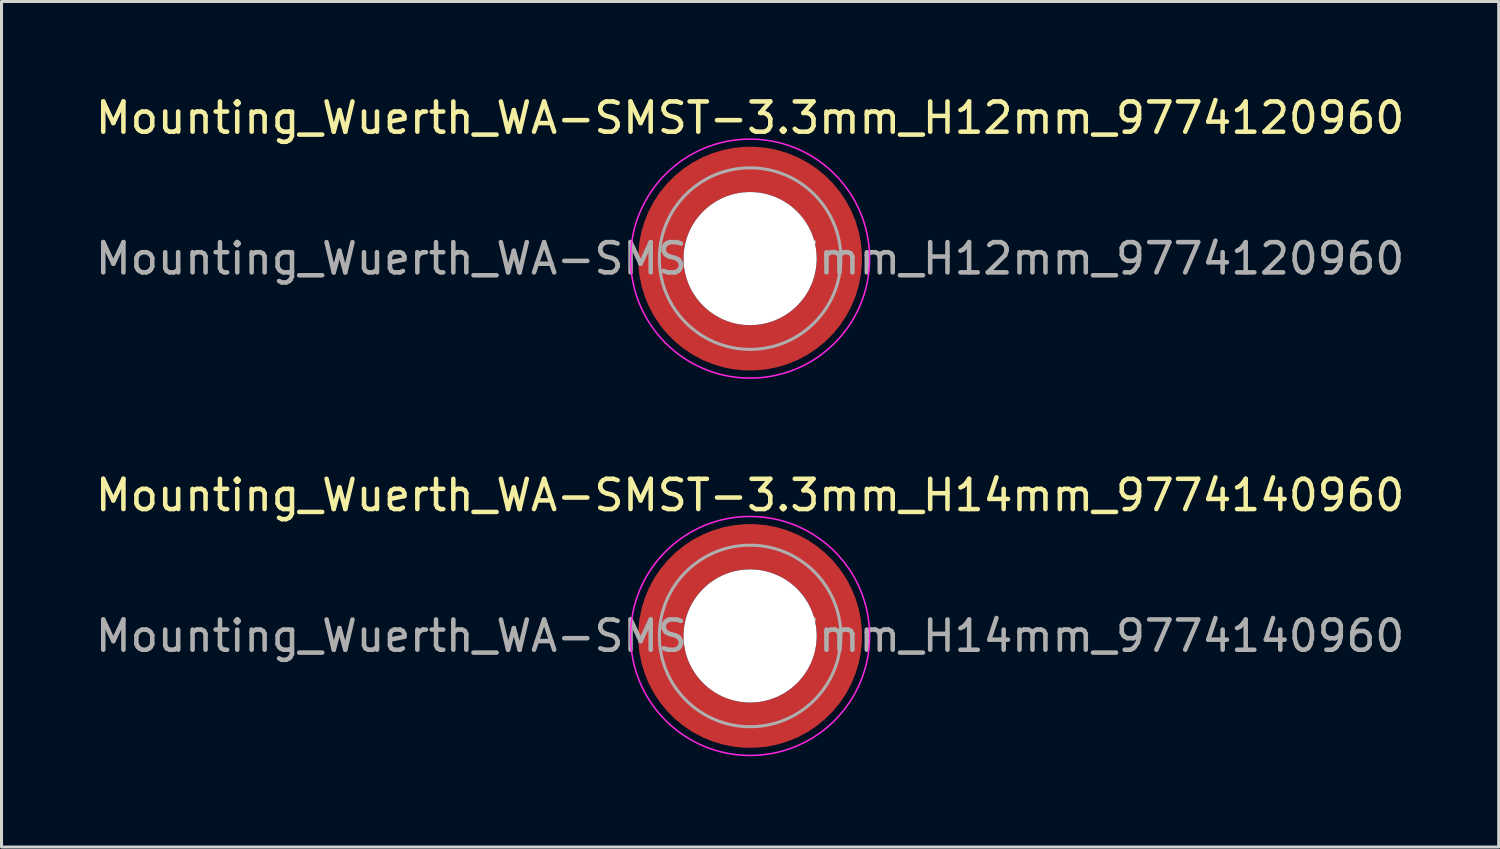
<source format=kicad_pcb>
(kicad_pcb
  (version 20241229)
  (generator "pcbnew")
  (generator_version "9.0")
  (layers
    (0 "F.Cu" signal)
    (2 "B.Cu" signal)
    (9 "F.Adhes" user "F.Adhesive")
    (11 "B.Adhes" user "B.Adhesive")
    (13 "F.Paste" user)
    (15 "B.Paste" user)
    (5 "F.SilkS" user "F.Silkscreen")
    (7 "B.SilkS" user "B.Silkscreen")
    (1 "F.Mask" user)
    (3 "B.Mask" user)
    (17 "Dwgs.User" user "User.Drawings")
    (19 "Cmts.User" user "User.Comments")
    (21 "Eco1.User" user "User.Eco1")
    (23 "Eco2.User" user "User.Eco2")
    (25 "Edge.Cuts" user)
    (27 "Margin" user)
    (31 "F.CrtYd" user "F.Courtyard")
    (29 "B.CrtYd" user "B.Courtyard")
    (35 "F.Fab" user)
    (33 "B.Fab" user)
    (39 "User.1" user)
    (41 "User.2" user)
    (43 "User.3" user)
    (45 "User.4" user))
  (footprint "Mounting_Wuerth_WA-SMST-3.3mm_H14mm_9774140960"
    (layer "F.Cu")
    (at 21.744 17.971)
    (property "Reference" "Mounting_Wuerth_WA-SMST-3.3mm_H14mm_9774140960" (at 0 -4.65 0) (layer "F.SilkS") (effects (font (size 1 1) (thickness 0.15))))
    (attr smd)
    (fp_circle (center 0 0) (end 3.95 0) (stroke (width 0.05) (type solid)) (fill no) (layer "F.CrtYd"))
    (fp_circle (center 0 0) (end 3 0) (stroke (width 0.1) (type solid)) (fill no) (layer "F.Fab"))
    (fp_text user "${REFERENCE}" (at 0 0 0) (layer "F.Fab") (effects (font (size 1 1) (thickness 0.15))))
    (pad "" smd custom (at -2.058 -2.058) (size 0.7 0.7) (layers "F.Paste") (options (anchor circle)) (primitives (gr_arc (start -0.377294 1.707681) (mid 0.317578 0.318817) (end 1.705947 -0.377044) (width 0.2)) (gr_arc (start -0.478281 1.707681) (mid 0.246161 0.248814) (end 1.703965 -0.477765) (width 0.2)) (gr_arc (start -0.579192 1.707681) (mid 0.175492 0.178063) (end 1.704077 -0.578711) (width 0.2)) (gr_arc (start -0.680037 1.707681) (mid 0.105568 0.106564) (end 1.706284 -0.679858) (width 0.2)) (gr_arc (start -0.780822 1.707681) (mid 0.034627 0.036085) (end 1.705634 -0.780569) (width 0.2)) (gr_arc (start -0.881554 1.707681) (mid -0.035694 -0.035016) (end 1.706729 -0.881441) (width 0.2)) (gr_arc (start -0.982237 1.707681) (mid -0.107281 -0.10485) (end 1.704266 -0.981843) (width 0.2)) (gr_arc (start -1.082877 1.707681) (mid -0.178372 -0.175181) (end 1.703197 -1.082374) (width 0.2)) (gr_arc (start -1.183476 1.707681) (mid -0.248964 -0.246008) (end 1.703525 -1.183025) (width 0.2)) (gr_arc (start -1.28404 1.707681) (mid -0.319062 -0.317334) (end 1.70525 -1.283784) (width 0.2)) (gr_line (start 1.708 -0.377) (end 1.708 -1.284) (width 0.2)) (gr_line (start -0.377 1.708) (end -1.284 1.708) (width 0.2))))
    (pad "" smd custom (at -2.058 2.058) (size 0.7 0.7) (layers "F.Paste") (options (anchor circle)) (primitives (gr_arc (start 1.707681 0.377294) (mid 0.318817 -0.317578) (end -0.377044 -1.705947) (width 0.2)) (gr_arc (start 1.707681 0.478281) (mid 0.248814 -0.246161) (end -0.477765 -1.703965) (width 0.2)) (gr_arc (start 1.707681 0.579192) (mid 0.178063 -0.175492) (end -0.578711 -1.704077) (width 0.2)) (gr_arc (start 1.707681 0.680037) (mid 0.106564 -0.105568) (end -0.679858 -1.706284) (width 0.2)) (gr_arc (start 1.707681 0.780822) (mid 0.036085 -0.034626) (end -0.780569 -1.705634) (width 0.2)) (gr_arc (start 1.707681 0.881554) (mid -0.035016 0.035694) (end -0.881441 -1.706729) (width 0.2)) (gr_arc (start 1.707681 0.982237) (mid -0.10485 0.107281) (end -0.981842 -1.704266) (width 0.2)) (gr_arc (start 1.707681 1.082877) (mid -0.175181 0.178372) (end -1.082374 -1.703197) (width 0.2)) (gr_arc (start 1.707681 1.183476) (mid -0.246008 0.248964) (end -1.183025 -1.703525) (width 0.2)) (gr_arc (start 1.707681 1.28404) (mid -0.317334 0.319062) (end -1.283784 -1.70525) (width 0.2)) (gr_line (start -0.377 -1.708) (end -1.284 -1.708) (width 0.2)) (gr_line (start 1.708 0.377) (end 1.708 1.284) (width 0.2))))
    (pad "" np_thru_hole circle (at 0 0) (size 4.4 4.4) (drill 4.4) (layers "*.Cu" "*.Mask"))
    (pad "" smd custom (at 2.058 -2.058) (size 0.7 0.7) (layers "F.Paste") (options (anchor circle)) (primitives (gr_arc (start -1.707681 -0.377294) (mid -0.318817 0.317579) (end 0.377044 1.705947) (width 0.2)) (gr_arc (start -1.707681 -0.478281) (mid -0.248814 0.246161) (end 0.477765 1.703965) (width 0.2)) (gr_arc (start -1.707681 -0.579192) (mid -0.178063 0.175492) (end 0.578711 1.704077) (width 0.2)) (gr_arc (start -1.707681 -0.680037) (mid -0.106564 0.105568) (end 0.679858 1.706284) (width 0.2)) (gr_arc (start -1.707681 -0.780822) (mid -0.036085 0.034627) (end 0.780569 1.705634) (width 0.2)) (gr_arc (start -1.707681 -0.881554) (mid 0.035016 -0.035694) (end 0.881441 1.706729) (width 0.2)) (gr_arc (start -1.707681 -0.982237) (mid 0.10485 -0.107281) (end 0.981843 1.704266) (width 0.2)) (gr_arc (start -1.707681 -1.082877) (mid 0.175181 -0.178372) (end 1.082374 1.703197) (width 0.2)) (gr_arc (start -1.707681 -1.183476) (mid 0.246008 -0.248964) (end 1.183025 1.703525) (width 0.2)) (gr_arc (start -1.707681 -1.28404) (mid 0.317333 -0.319062) (end 1.283784 1.70525) (width 0.2)) (gr_line (start 0.377 1.708) (end 1.284 1.708) (width 0.2)) (gr_line (start -1.708 -0.377) (end -1.708 -1.284) (width 0.2))))
    (pad "" smd custom (at 2.058 2.058) (size 0.7 0.7) (layers "F.Paste") (options (anchor circle)) (primitives (gr_arc (start 0.377294 -1.707681) (mid -0.317579 -0.318817) (end -1.705947 0.377044) (width 0.2)) (gr_arc (start 0.478281 -1.707681) (mid -0.246161 -0.248814) (end -1.703965 0.477765) (width 0.2)) (gr_arc (start 0.579192 -1.707681) (mid -0.175492 -0.178063) (end -1.704077 0.578711) (width 0.2)) (gr_arc (start 0.680037 -1.707681) (mid -0.105568 -0.106564) (end -1.706284 0.679858) (width 0.2)) (gr_arc (start 0.780822 -1.707681) (mid -0.034627 -0.036085) (end -1.705634 0.780569) (width 0.2)) (gr_arc (start 0.881554 -1.707681) (mid 0.035694 0.035016) (end -1.706729 0.881441) (width 0.2)) (gr_arc (start 0.982237 -1.707681) (mid 0.107281 0.10485) (end -1.704266 0.981843) (width 0.2)) (gr_arc (start 1.082877 -1.707681) (mid 0.178372 0.175181) (end -1.703197 1.082374) (width 0.2)) (gr_arc (start 1.183476 -1.707681) (mid 0.248964 0.246008) (end -1.703525 1.183025) (width 0.2)) (gr_arc (start 1.28404 -1.707681) (mid 0.319062 0.317333) (end -1.70525 1.283784) (width 0.2)) (gr_line (start -1.708 0.377) (end -1.708 1.284) (width 0.2)) (gr_line (start 0.377 -1.708) (end 1.284 -1.708) (width 0.2))))
    (pad "1" smd circle (at -2.95 0) (size 1.1 1.1) (layers "F.Cu"))
    (pad "1" smd circle (at 0 -2.95) (size 1.1 1.1) (layers "F.Cu"))
    (pad "1" smd circle (at 0 2.95) (size 1.1 1.1) (layers "F.Cu"))
    (pad "1" smd custom (at 2.95 0) (size 1.1 1.1) (layers "F.Cu" "F.Mask") (options (anchor circle)) (primitives (gr_circle (center -2.95 0) (end 0 0) (width 1.5) (fill no)))))
  (footprint "Mounting_Wuerth_WA-SMST-3.3mm_H12mm_9774120960"
    (layer "F.Cu")
    (at 21.744 5.498)
    (property "Reference" "Mounting_Wuerth_WA-SMST-3.3mm_H12mm_9774120960" (at 0 -4.65 0) (layer "F.SilkS") (effects (font (size 1 1) (thickness 0.15))))
    (attr smd)
    (fp_circle (center 0 0) (end 3.95 0) (stroke (width 0.05) (type solid)) (fill no) (layer "F.CrtYd"))
    (fp_circle (center 0 0) (end 3 0) (stroke (width 0.1) (type solid)) (fill no) (layer "F.Fab"))
    (fp_text user "${REFERENCE}" (at 0 0 0) (layer "F.Fab") (effects (font (size 1 1) (thickness 0.15))))
    (pad "" smd custom (at -2.058 -2.058) (size 0.7 0.7) (layers "F.Paste") (options (anchor circle)) (primitives (gr_arc (start -0.377294 1.707681) (mid 0.317578 0.318817) (end 1.705947 -0.377044) (width 0.2)) (gr_arc (start -0.478281 1.707681) (mid 0.246161 0.248814) (end 1.703965 -0.477765) (width 0.2)) (gr_arc (start -0.579192 1.707681) (mid 0.175492 0.178063) (end 1.704077 -0.578711) (width 0.2)) (gr_arc (start -0.680037 1.707681) (mid 0.105568 0.106564) (end 1.706284 -0.679858) (width 0.2)) (gr_arc (start -0.780822 1.707681) (mid 0.034627 0.036085) (end 1.705634 -0.780569) (width 0.2)) (gr_arc (start -0.881554 1.707681) (mid -0.035694 -0.035016) (end 1.706729 -0.881441) (width 0.2)) (gr_arc (start -0.982237 1.707681) (mid -0.107281 -0.10485) (end 1.704266 -0.981843) (width 0.2)) (gr_arc (start -1.082877 1.707681) (mid -0.178372 -0.175181) (end 1.703197 -1.082374) (width 0.2)) (gr_arc (start -1.183476 1.707681) (mid -0.248964 -0.246008) (end 1.703525 -1.183025) (width 0.2)) (gr_arc (start -1.28404 1.707681) (mid -0.319062 -0.317334) (end 1.70525 -1.283784) (width 0.2)) (gr_line (start 1.708 -0.377) (end 1.708 -1.284) (width 0.2)) (gr_line (start -0.377 1.708) (end -1.284 1.708) (width 0.2))))
    (pad "" smd custom (at -2.058 2.058) (size 0.7 0.7) (layers "F.Paste") (options (anchor circle)) (primitives (gr_arc (start 1.707681 0.377294) (mid 0.318817 -0.317578) (end -0.377044 -1.705947) (width 0.2)) (gr_arc (start 1.707681 0.478281) (mid 0.248814 -0.246161) (end -0.477765 -1.703965) (width 0.2)) (gr_arc (start 1.707681 0.579192) (mid 0.178063 -0.175492) (end -0.578711 -1.704077) (width 0.2)) (gr_arc (start 1.707681 0.680037) (mid 0.106564 -0.105568) (end -0.679858 -1.706284) (width 0.2)) (gr_arc (start 1.707681 0.780822) (mid 0.036085 -0.034626) (end -0.780569 -1.705634) (width 0.2)) (gr_arc (start 1.707681 0.881554) (mid -0.035016 0.035694) (end -0.881441 -1.706729) (width 0.2)) (gr_arc (start 1.707681 0.982237) (mid -0.10485 0.107281) (end -0.981842 -1.704266) (width 0.2)) (gr_arc (start 1.707681 1.082877) (mid -0.175181 0.178372) (end -1.082374 -1.703197) (width 0.2)) (gr_arc (start 1.707681 1.183476) (mid -0.246008 0.248964) (end -1.183025 -1.703525) (width 0.2)) (gr_arc (start 1.707681 1.28404) (mid -0.317334 0.319062) (end -1.283784 -1.70525) (width 0.2)) (gr_line (start -0.377 -1.708) (end -1.284 -1.708) (width 0.2)) (gr_line (start 1.708 0.377) (end 1.708 1.284) (width 0.2))))
    (pad "" np_thru_hole circle (at 0 0) (size 4.4 4.4) (drill 4.4) (layers "*.Cu" "*.Mask"))
    (pad "" smd custom (at 2.058 -2.058) (size 0.7 0.7) (layers "F.Paste") (options (anchor circle)) (primitives (gr_arc (start -1.707681 -0.377294) (mid -0.318817 0.317579) (end 0.377044 1.705947) (width 0.2)) (gr_arc (start -1.707681 -0.478281) (mid -0.248814 0.246161) (end 0.477765 1.703965) (width 0.2)) (gr_arc (start -1.707681 -0.579192) (mid -0.178063 0.175492) (end 0.578711 1.704077) (width 0.2)) (gr_arc (start -1.707681 -0.680037) (mid -0.106564 0.105568) (end 0.679858 1.706284) (width 0.2)) (gr_arc (start -1.707681 -0.780822) (mid -0.036085 0.034627) (end 0.780569 1.705634) (width 0.2)) (gr_arc (start -1.707681 -0.881554) (mid 0.035016 -0.035694) (end 0.881441 1.706729) (width 0.2)) (gr_arc (start -1.707681 -0.982237) (mid 0.10485 -0.107281) (end 0.981843 1.704266) (width 0.2)) (gr_arc (start -1.707681 -1.082877) (mid 0.175181 -0.178372) (end 1.082374 1.703197) (width 0.2)) (gr_arc (start -1.707681 -1.183476) (mid 0.246008 -0.248964) (end 1.183025 1.703525) (width 0.2)) (gr_arc (start -1.707681 -1.28404) (mid 0.317333 -0.319062) (end 1.283784 1.70525) (width 0.2)) (gr_line (start 0.377 1.708) (end 1.284 1.708) (width 0.2)) (gr_line (start -1.708 -0.377) (end -1.708 -1.284) (width 0.2))))
    (pad "" smd custom (at 2.058 2.058) (size 0.7 0.7) (layers "F.Paste") (options (anchor circle)) (primitives (gr_arc (start 0.377294 -1.707681) (mid -0.317579 -0.318817) (end -1.705947 0.377044) (width 0.2)) (gr_arc (start 0.478281 -1.707681) (mid -0.246161 -0.248814) (end -1.703965 0.477765) (width 0.2)) (gr_arc (start 0.579192 -1.707681) (mid -0.175492 -0.178063) (end -1.704077 0.578711) (width 0.2)) (gr_arc (start 0.680037 -1.707681) (mid -0.105568 -0.106564) (end -1.706284 0.679858) (width 0.2)) (gr_arc (start 0.780822 -1.707681) (mid -0.034627 -0.036085) (end -1.705634 0.780569) (width 0.2)) (gr_arc (start 0.881554 -1.707681) (mid 0.035694 0.035016) (end -1.706729 0.881441) (width 0.2)) (gr_arc (start 0.982237 -1.707681) (mid 0.107281 0.10485) (end -1.704266 0.981843) (width 0.2)) (gr_arc (start 1.082877 -1.707681) (mid 0.178372 0.175181) (end -1.703197 1.082374) (width 0.2)) (gr_arc (start 1.183476 -1.707681) (mid 0.248964 0.246008) (end -1.703525 1.183025) (width 0.2)) (gr_arc (start 1.28404 -1.707681) (mid 0.319062 0.317333) (end -1.70525 1.283784) (width 0.2)) (gr_line (start -1.708 0.377) (end -1.708 1.284) (width 0.2)) (gr_line (start 0.377 -1.708) (end 1.284 -1.708) (width 0.2))))
    (pad "1" smd circle (at -2.95 0) (size 1.1 1.1) (layers "F.Cu"))
    (pad "1" smd circle (at 0 -2.95) (size 1.1 1.1) (layers "F.Cu"))
    (pad "1" smd circle (at 0 2.95) (size 1.1 1.1) (layers "F.Cu"))
    (pad "1" smd custom (at 2.95 0) (size 1.1 1.1) (layers "F.Cu" "F.Mask") (options (anchor circle)) (primitives (gr_circle (center -2.95 0) (end 0 0) (width 1.5) (fill no)))))
  (gr_rect
    (start -3 -3)
    (end 46.488 24.947)
    (stroke (width 0.1) (type default))
    (fill no)
    (layer "Edge.Cuts")))
</source>
